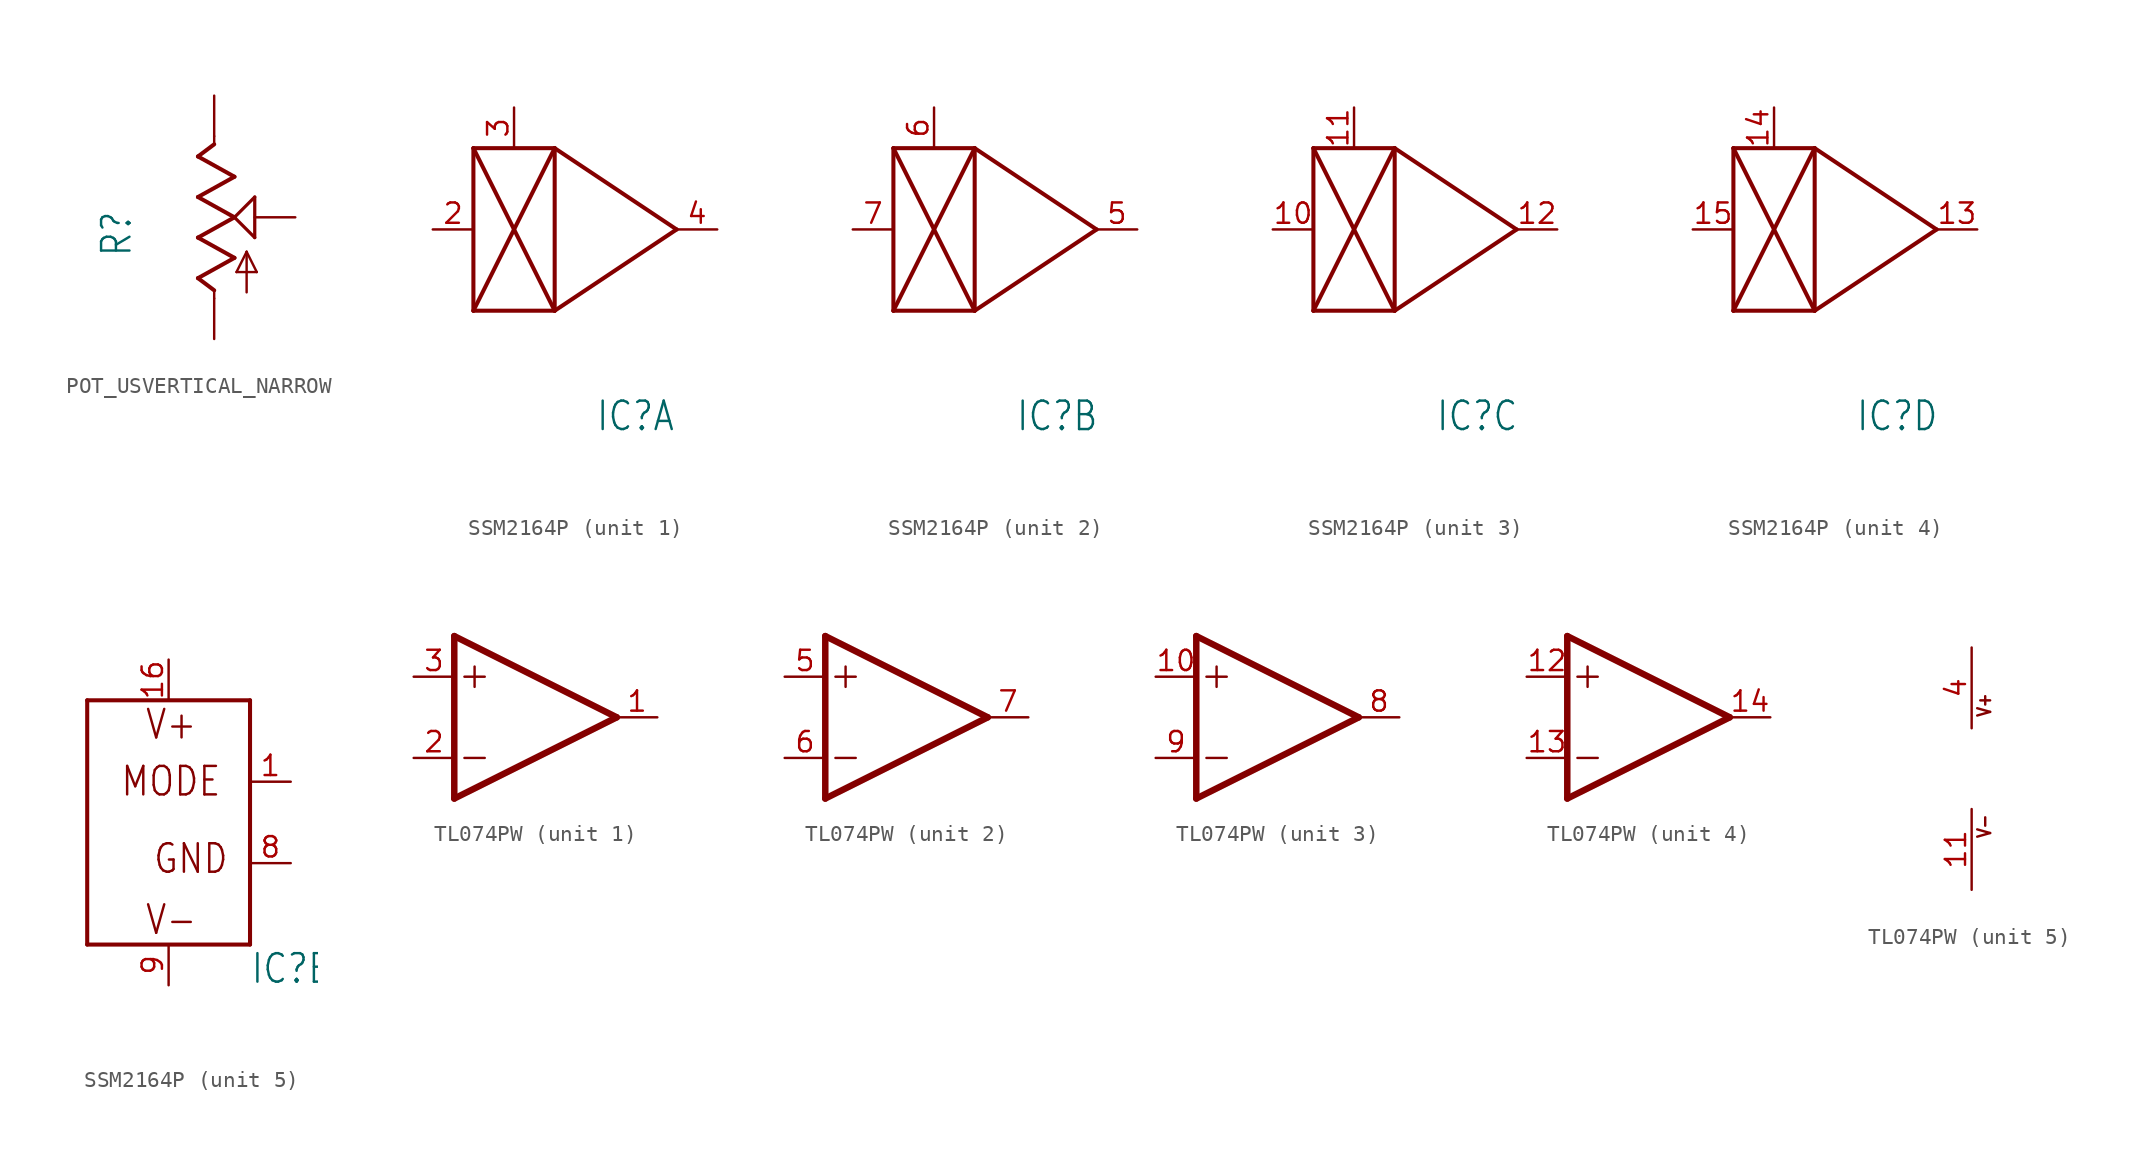
<source format=kicad_sym>
(kicad_symbol_lib
  (version 20231120)
  (generator "kicad_symbol_editor")
  (generator_version "8.0")
  (symbol "POT_USVERTICAL_NARROW"
    (property "Reference" "R"
      (at -5.08 -2.54 90)
      (effects (font (size 1.778 1.511)) (justify left bottom)))
    (property "Value" ""
      (at -2.54 -2.54 90)
      (effects (font (size 1.778 1.511)) (justify left bottom)))
    (property "ki_locked" ""
      (at 0 0 0)
      (effects (font (size 1.27 1.27))))
    (symbol "POT_USVERTICAL_NARROW_1_0"
      (polyline (pts (xy -1.016 -3.81) (xy 1.27 -2.54)) (stroke (width 0.254) (type solid)) (fill (type none)))
      (polyline (pts (xy -1.016 -1.27) (xy 1.27 0)) (stroke (width 0.254) (type solid)) (fill (type none)))
      (polyline (pts (xy -1.016 1.27) (xy 1.27 2.54)) (stroke (width 0.254) (type solid)) (fill (type none)))
      (polyline (pts (xy -1.016 3.81) (xy 0 4.572)) (stroke (width 0.254) (type solid)) (fill (type none)))
      (polyline (pts (xy 0 -5.08) (xy 0 -4.572)) (stroke (width 0.152) (type solid)) (fill (type none)))
      (polyline (pts (xy 0 -4.572) (xy -1.016 -3.81)) (stroke (width 0.254) (type solid)) (fill (type none)))
      (polyline (pts (xy 0 4.572) (xy 0 5.08)) (stroke (width 0.152) (type solid)) (fill (type none)))
      (polyline (pts (xy 1.27 -2.54) (xy -1.016 -1.27)) (stroke (width 0.254) (type solid)) (fill (type none)))
      (polyline (pts (xy 1.27 0) (xy -1.016 1.27)) (stroke (width 0.254) (type solid)) (fill (type none)))
      (polyline (pts (xy 1.27 0) (xy 2.54 1.27)) (stroke (width 0.203) (type solid)) (fill (type none)))
      (polyline (pts (xy 1.27 2.54) (xy -1.016 3.81)) (stroke (width 0.254) (type solid)) (fill (type none)))
      (polyline (pts (xy 1.397 -3.429) (xy 2.032 -2.159)) (stroke (width 0.152) (type solid)) (fill (type none)))
      (polyline (pts (xy 2.032 -4.699) (xy 2.032 -2.159)) (stroke (width 0.152) (type solid)) (fill (type none)))
      (polyline (pts (xy 2.032 -2.159) (xy 2.667 -3.429)) (stroke (width 0.152) (type solid)) (fill (type none)))
      (polyline (pts (xy 2.54 -1.27) (xy 1.27 0)) (stroke (width 0.203) (type solid)) (fill (type none)))
      (polyline (pts (xy 2.54 1.27) (xy 2.54 -1.27)) (stroke (width 0.203) (type solid)) (fill (type none)))
      (polyline (pts (xy 2.667 -3.429) (xy 1.397 -3.429)) (stroke (width 0.152) (type solid)) (fill (type none)))
      (pin passive line (at 0 7.62 270) (length 2.54) (name "E" (effects (font (size 0 0)))) (number "P$1" (effects (font (size 0 0)))))
      (pin passive line (at 5.08 0 180) (length 2.54) (name "S" (effects (font (size 0 0)))) (number "P$2" (effects (font (size 0 0)))))
      (pin passive line (at 0 -7.62 90) (length 2.54) (name "A" (effects (font (size 0 0)))) (number "P$3" (effects (font (size 0 0)))))))
  (symbol "SSM2164P"
    (property "Reference" "IC"
      (at 5.08 -12.7 0)
      (effects (font (size 1.778 1.511)) (justify left bottom)))
    (property "Value" ""
      (at 5.08 -15.24 0)
      (effects (font (size 1.778 1.511)) (justify left bottom)))
    (property "ki_locked" ""
      (at 0 0 0)
      (effects (font (size 1.27 1.27))))
    (symbol "SSM2164P_1_0"
      (polyline (pts (xy -2.54 -5.08) (xy 2.54 -5.08)) (stroke (width 0.254) (type solid)) (fill (type none)))
      (polyline (pts (xy -2.54 -5.08) (xy 2.54 5.08)) (stroke (width 0.254) (type solid)) (fill (type none)))
      (polyline (pts (xy -2.54 5.08) (xy -2.54 -5.08)) (stroke (width 0.254) (type solid)) (fill (type none)))
      (polyline (pts (xy -2.54 5.08) (xy 2.54 -5.08)) (stroke (width 0.254) (type solid)) (fill (type none)))
      (polyline (pts (xy 2.54 -5.08) (xy 2.54 5.08)) (stroke (width 0.254) (type solid)) (fill (type none)))
      (polyline (pts (xy 2.54 5.08) (xy -2.54 5.08)) (stroke (width 0.254) (type solid)) (fill (type none)))
      (polyline (pts (xy 2.54 5.08) (xy 10.16 0)) (stroke (width 0.254) (type solid)) (fill (type none)))
      (polyline (pts (xy 10.16 0) (xy 2.54 -5.08)) (stroke (width 0.254) (type solid)) (fill (type none)))
      (pin input line (at -5.08 0 0) (length 2.54) (name "IN" (effects (font (size 0 0)))) (number "2" (effects (font (size 1.27 1.27)))))
      (pin input line (at 0 7.62 270) (length 2.54) (name "CTRL" (effects (font (size 0 0)))) (number "3" (effects (font (size 1.27 1.27)))))
      (pin output line (at 12.7 0 180) (length 2.54) (name "OUT" (effects (font (size 0 0)))) (number "4" (effects (font (size 1.27 1.27))))))
    (symbol "SSM2164P_2_0"
      (polyline (pts (xy -2.54 -5.08) (xy 2.54 -5.08)) (stroke (width 0.254) (type solid)) (fill (type none)))
      (polyline (pts (xy -2.54 -5.08) (xy 2.54 5.08)) (stroke (width 0.254) (type solid)) (fill (type none)))
      (polyline (pts (xy -2.54 5.08) (xy -2.54 -5.08)) (stroke (width 0.254) (type solid)) (fill (type none)))
      (polyline (pts (xy -2.54 5.08) (xy 2.54 -5.08)) (stroke (width 0.254) (type solid)) (fill (type none)))
      (polyline (pts (xy 2.54 -5.08) (xy 2.54 5.08)) (stroke (width 0.254) (type solid)) (fill (type none)))
      (polyline (pts (xy 2.54 5.08) (xy -2.54 5.08)) (stroke (width 0.254) (type solid)) (fill (type none)))
      (polyline (pts (xy 2.54 5.08) (xy 10.16 0)) (stroke (width 0.254) (type solid)) (fill (type none)))
      (polyline (pts (xy 10.16 0) (xy 2.54 -5.08)) (stroke (width 0.254) (type solid)) (fill (type none)))
      (pin output line (at 12.7 0 180) (length 2.54) (name "OUT" (effects (font (size 0 0)))) (number "5" (effects (font (size 1.27 1.27)))))
      (pin input line (at 0 7.62 270) (length 2.54) (name "CTRL" (effects (font (size 0 0)))) (number "6" (effects (font (size 1.27 1.27)))))
      (pin input line (at -5.08 0 0) (length 2.54) (name "IN" (effects (font (size 0 0)))) (number "7" (effects (font (size 1.27 1.27))))))
    (symbol "SSM2164P_3_0"
      (polyline (pts (xy -2.54 -5.08) (xy 2.54 -5.08)) (stroke (width 0.254) (type solid)) (fill (type none)))
      (polyline (pts (xy -2.54 -5.08) (xy 2.54 5.08)) (stroke (width 0.254) (type solid)) (fill (type none)))
      (polyline (pts (xy -2.54 5.08) (xy -2.54 -5.08)) (stroke (width 0.254) (type solid)) (fill (type none)))
      (polyline (pts (xy -2.54 5.08) (xy 2.54 -5.08)) (stroke (width 0.254) (type solid)) (fill (type none)))
      (polyline (pts (xy 2.54 -5.08) (xy 2.54 5.08)) (stroke (width 0.254) (type solid)) (fill (type none)))
      (polyline (pts (xy 2.54 5.08) (xy -2.54 5.08)) (stroke (width 0.254) (type solid)) (fill (type none)))
      (polyline (pts (xy 2.54 5.08) (xy 10.16 0)) (stroke (width 0.254) (type solid)) (fill (type none)))
      (polyline (pts (xy 10.16 0) (xy 2.54 -5.08)) (stroke (width 0.254) (type solid)) (fill (type none)))
      (pin input line (at -5.08 0 0) (length 2.54) (name "IN" (effects (font (size 0 0)))) (number "10" (effects (font (size 1.27 1.27)))))
      (pin input line (at 0 7.62 270) (length 2.54) (name "CTRL" (effects (font (size 0 0)))) (number "11" (effects (font (size 1.27 1.27)))))
      (pin output line (at 12.7 0 180) (length 2.54) (name "OUT" (effects (font (size 0 0)))) (number "12" (effects (font (size 1.27 1.27))))))
    (symbol "SSM2164P_4_0"
      (polyline (pts (xy -2.54 -5.08) (xy 2.54 -5.08)) (stroke (width 0.254) (type solid)) (fill (type none)))
      (polyline (pts (xy -2.54 -5.08) (xy 2.54 5.08)) (stroke (width 0.254) (type solid)) (fill (type none)))
      (polyline (pts (xy -2.54 5.08) (xy -2.54 -5.08)) (stroke (width 0.254) (type solid)) (fill (type none)))
      (polyline (pts (xy -2.54 5.08) (xy 2.54 -5.08)) (stroke (width 0.254) (type solid)) (fill (type none)))
      (polyline (pts (xy 2.54 -5.08) (xy 2.54 5.08)) (stroke (width 0.254) (type solid)) (fill (type none)))
      (polyline (pts (xy 2.54 5.08) (xy -2.54 5.08)) (stroke (width 0.254) (type solid)) (fill (type none)))
      (polyline (pts (xy 2.54 5.08) (xy 10.16 0)) (stroke (width 0.254) (type solid)) (fill (type none)))
      (polyline (pts (xy 10.16 0) (xy 2.54 -5.08)) (stroke (width 0.254) (type solid)) (fill (type none)))
      (pin output line (at 12.7 0 180) (length 2.54) (name "OUT" (effects (font (size 0 0)))) (number "13" (effects (font (size 1.27 1.27)))))
      (pin input line (at 0 7.62 270) (length 2.54) (name "CTRL" (effects (font (size 0 0)))) (number "14" (effects (font (size 1.27 1.27)))))
      (pin input line (at -5.08 0 0) (length 2.54) (name "IN" (effects (font (size 0 0)))) (number "15" (effects (font (size 1.27 1.27))))))
    (symbol "SSM2164P_5_0"
      (polyline (pts (xy -5.08 -10.16) (xy -5.08 5.08)) (stroke (width 0.254) (type solid)) (fill (type none)))
      (polyline (pts (xy -5.08 5.08) (xy 5.08 5.08)) (stroke (width 0.254) (type solid)) (fill (type none)))
      (polyline (pts (xy 5.08 -10.16) (xy -5.08 -10.16)) (stroke (width 0.254) (type solid)) (fill (type none)))
      (polyline (pts (xy 5.08 5.08) (xy 5.08 -10.16)) (stroke (width 0.254) (type solid)) (fill (type none)))
      (text "GND" (at -1.016 -5.842 0) (effects (font (size 1.778 1.511)) (justify left bottom)))
      (text "MODE" (at -3.048 -1.016 0) (effects (font (size 1.778 1.511)) (justify left bottom)))
      (text "V+" (at -1.524 2.54 0) (effects (font (size 1.778 1.511)) (justify left bottom)))
      (text "V-" (at -1.524 -9.652 0) (effects (font (size 1.778 1.511)) (justify left bottom)))
      (pin input line (at 7.62 0 180) (length 2.54) (name "MODE" (effects (font (size 0 0)))) (number "1" (effects (font (size 1.27 1.27)))))
      (pin power_in line (at 0 7.62 270) (length 2.54) (name "V+" (effects (font (size 0 0)))) (number "16" (effects (font (size 1.27 1.27)))))
      (pin power_in line (at 7.62 -5.08 180) (length 2.54) (name "GND" (effects (font (size 0 0)))) (number "8" (effects (font (size 1.27 1.27)))))
      (pin power_in line (at 0 -12.7 90) (length 2.54) (name "V-" (effects (font (size 0 0)))) (number "9" (effects (font (size 1.27 1.27)))))))
  (symbol "TL074PW"
    (property "Reference" "IC"
      (at 2.54 3.175 0)
      (effects (font (size 1.778 1.511)) (justify left bottom) (hide yes)))
    (property "ki_locked" ""
      (at 0 0 0)
      (effects (font (size 1.27 1.27))))
    (symbol "TL074PW_1_0"
      (polyline (pts (xy -5.08 -5.08) (xy 5.08 0)) (stroke (width 0.406) (type solid)) (fill (type none)))
      (polyline (pts (xy -5.08 5.08) (xy -5.08 -5.08)) (stroke (width 0.406) (type solid)) (fill (type none)))
      (polyline (pts (xy -4.445 -2.54) (xy -3.175 -2.54)) (stroke (width 0.152) (type solid)) (fill (type none)))
      (polyline (pts (xy -4.445 2.54) (xy -3.175 2.54)) (stroke (width 0.152) (type solid)) (fill (type none)))
      (polyline (pts (xy -3.81 3.175) (xy -3.81 1.905)) (stroke (width 0.152) (type solid)) (fill (type none)))
      (polyline (pts (xy 5.08 0) (xy -5.08 5.08)) (stroke (width 0.406) (type solid)) (fill (type none)))
      (pin output line (at 7.62 0 180) (length 2.54) (name "OUT" (effects (font (size 0 0)))) (number "1" (effects (font (size 1.27 1.27)))))
      (pin input line (at -7.62 -2.54 0) (length 2.54) (name "-IN" (effects (font (size 0 0)))) (number "2" (effects (font (size 1.27 1.27)))))
      (pin input line (at -7.62 2.54 0) (length 2.54) (name "+IN" (effects (font (size 0 0)))) (number "3" (effects (font (size 1.27 1.27))))))
    (symbol "TL074PW_2_0"
      (polyline (pts (xy -5.08 -5.08) (xy 5.08 0)) (stroke (width 0.406) (type solid)) (fill (type none)))
      (polyline (pts (xy -5.08 5.08) (xy -5.08 -5.08)) (stroke (width 0.406) (type solid)) (fill (type none)))
      (polyline (pts (xy -4.445 -2.54) (xy -3.175 -2.54)) (stroke (width 0.152) (type solid)) (fill (type none)))
      (polyline (pts (xy -4.445 2.54) (xy -3.175 2.54)) (stroke (width 0.152) (type solid)) (fill (type none)))
      (polyline (pts (xy -3.81 3.175) (xy -3.81 1.905)) (stroke (width 0.152) (type solid)) (fill (type none)))
      (polyline (pts (xy 5.08 0) (xy -5.08 5.08)) (stroke (width 0.406) (type solid)) (fill (type none)))
      (pin input line (at -7.62 2.54 0) (length 2.54) (name "+IN" (effects (font (size 0 0)))) (number "5" (effects (font (size 1.27 1.27)))))
      (pin input line (at -7.62 -2.54 0) (length 2.54) (name "-IN" (effects (font (size 0 0)))) (number "6" (effects (font (size 1.27 1.27)))))
      (pin output line (at 7.62 0 180) (length 2.54) (name "OUT" (effects (font (size 0 0)))) (number "7" (effects (font (size 1.27 1.27))))))
    (symbol "TL074PW_3_0"
      (polyline (pts (xy -5.08 -5.08) (xy 5.08 0)) (stroke (width 0.406) (type solid)) (fill (type none)))
      (polyline (pts (xy -5.08 5.08) (xy -5.08 -5.08)) (stroke (width 0.406) (type solid)) (fill (type none)))
      (polyline (pts (xy -4.445 -2.54) (xy -3.175 -2.54)) (stroke (width 0.152) (type solid)) (fill (type none)))
      (polyline (pts (xy -4.445 2.54) (xy -3.175 2.54)) (stroke (width 0.152) (type solid)) (fill (type none)))
      (polyline (pts (xy -3.81 3.175) (xy -3.81 1.905)) (stroke (width 0.152) (type solid)) (fill (type none)))
      (polyline (pts (xy 5.08 0) (xy -5.08 5.08)) (stroke (width 0.406) (type solid)) (fill (type none)))
      (pin input line (at -7.62 2.54 0) (length 2.54) (name "+IN" (effects (font (size 0 0)))) (number "10" (effects (font (size 1.27 1.27)))))
      (pin output line (at 7.62 0 180) (length 2.54) (name "OUT" (effects (font (size 0 0)))) (number "8" (effects (font (size 1.27 1.27)))))
      (pin input line (at -7.62 -2.54 0) (length 2.54) (name "-IN" (effects (font (size 0 0)))) (number "9" (effects (font (size 1.27 1.27))))))
    (symbol "TL074PW_4_0"
      (polyline (pts (xy -5.08 -5.08) (xy 5.08 0)) (stroke (width 0.406) (type solid)) (fill (type none)))
      (polyline (pts (xy -5.08 5.08) (xy -5.08 -5.08)) (stroke (width 0.406) (type solid)) (fill (type none)))
      (polyline (pts (xy -4.445 -2.54) (xy -3.175 -2.54)) (stroke (width 0.152) (type solid)) (fill (type none)))
      (polyline (pts (xy -4.445 2.54) (xy -3.175 2.54)) (stroke (width 0.152) (type solid)) (fill (type none)))
      (polyline (pts (xy -3.81 3.175) (xy -3.81 1.905)) (stroke (width 0.152) (type solid)) (fill (type none)))
      (polyline (pts (xy 5.08 0) (xy -5.08 5.08)) (stroke (width 0.406) (type solid)) (fill (type none)))
      (pin input line (at -7.62 2.54 0) (length 2.54) (name "+IN" (effects (font (size 0 0)))) (number "12" (effects (font (size 1.27 1.27)))))
      (pin input line (at -7.62 -2.54 0) (length 2.54) (name "-IN" (effects (font (size 0 0)))) (number "13" (effects (font (size 1.27 1.27)))))
      (pin output line (at 7.62 0 180) (length 2.54) (name "OUT" (effects (font (size 0 0)))) (number "14" (effects (font (size 1.27 1.27))))))
    (symbol "TL074PW_5_0"
      (text "V+" (at 1.27 3.175 900) (effects (font (size 0.813 0.691)) (justify left bottom)))
      (text "V-" (at 1.27 -4.445 900) (effects (font (size 0.813 0.691)) (justify left bottom)))
      (pin power_in line (at 0 -7.62 90) (length 5.08) (name "V-" (effects (font (size 0 0)))) (number "11" (effects (font (size 1.27 1.27)))))
      (pin power_in line (at 0 7.62 270) (length 5.08) (name "V+" (effects (font (size 0 0)))) (number "4" (effects (font (size 1.27 1.27))))))))
</source>
